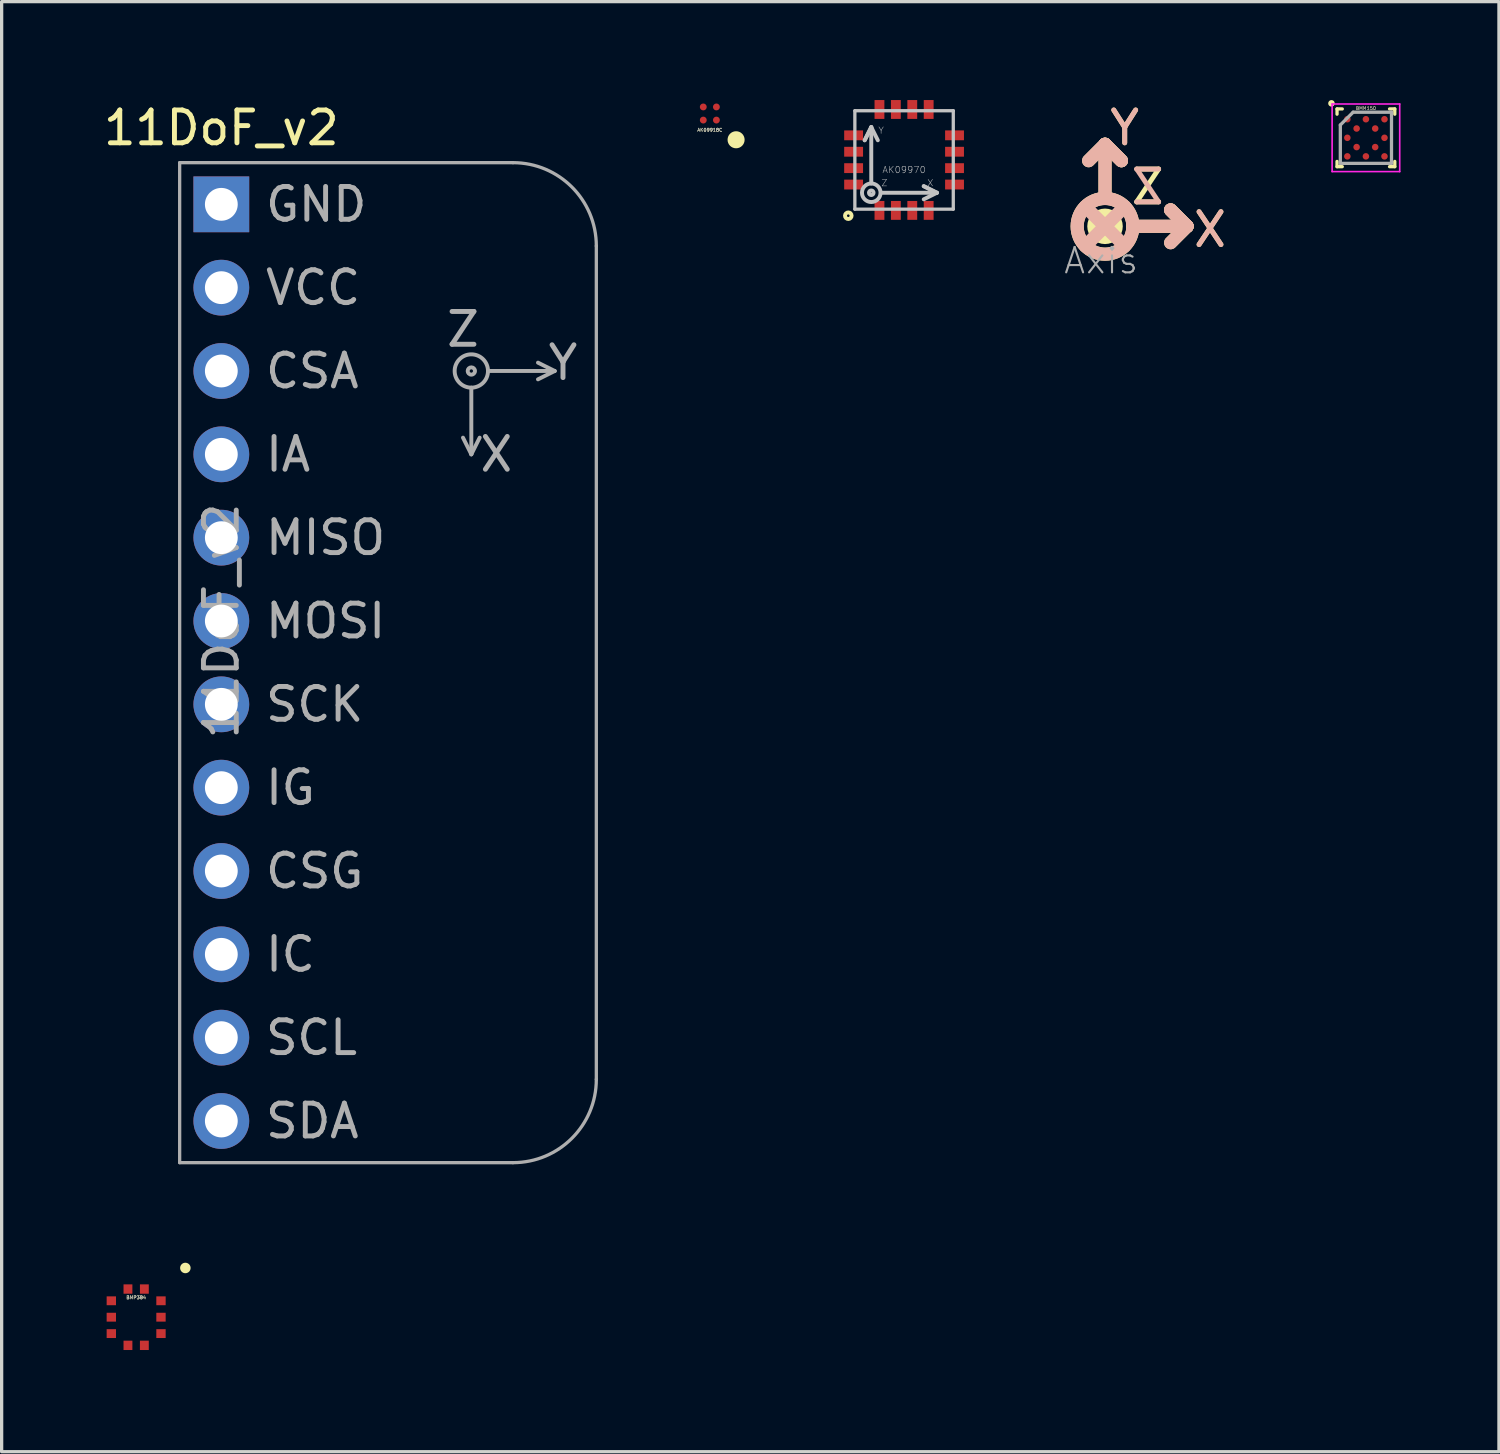
<source format=kicad_pcb>
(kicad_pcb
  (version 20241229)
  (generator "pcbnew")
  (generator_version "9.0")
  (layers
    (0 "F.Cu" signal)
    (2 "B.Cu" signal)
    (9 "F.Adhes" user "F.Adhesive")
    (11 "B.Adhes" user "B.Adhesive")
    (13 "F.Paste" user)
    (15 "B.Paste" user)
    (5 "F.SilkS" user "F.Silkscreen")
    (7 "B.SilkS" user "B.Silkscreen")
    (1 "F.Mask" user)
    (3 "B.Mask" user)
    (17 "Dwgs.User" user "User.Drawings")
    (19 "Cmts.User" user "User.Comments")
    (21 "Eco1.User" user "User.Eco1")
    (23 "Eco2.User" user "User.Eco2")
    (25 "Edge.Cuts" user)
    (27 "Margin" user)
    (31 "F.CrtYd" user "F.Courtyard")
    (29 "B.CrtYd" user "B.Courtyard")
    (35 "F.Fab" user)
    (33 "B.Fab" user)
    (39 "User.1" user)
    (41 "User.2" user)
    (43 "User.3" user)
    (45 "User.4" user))
  (footprint "BMP384"
    (layer "F.Cu")
    (at 1.1 37.098)
    (property "Reference" "BMP384" (at 0 -0.6 0) (unlocked yes) (layer "F.SilkS") (effects (font (size 0.1 0.1) (thickness 0.015))))
    (attr smd)
    (fp_circle (center 1.5 -1.5) (end 1.6 -1.5) (stroke (width 0.12) (type solid)) (fill yes) (layer "F.SilkS"))
    (fp_rect (start -1 -1) (end 1 1) (stroke (width 0.2) (type solid)) (fill no) (layer "User.1"))
    (fp_text user "${REFERENCE}" (at 0 -0.6 0) (unlocked yes) (layer "F.Fab") (effects (font (size 0.1 0.1) (thickness 0.015))))
    (pad "1" smd rect (at 0.25 -0.858) (size 0.27 0.285) (layers "F.Cu" "F.Mask" "F.Paste"))
    (pad "2" smd rect (at -0.25 -0.858) (size 0.27 0.285) (layers "F.Cu" "F.Mask" "F.Paste"))
    (pad "3" smd rect (at -0.757 -0.5) (size 0.285 0.27) (layers "F.Cu" "F.Mask" "F.Paste"))
    (pad "4" smd rect (at -0.757 0) (size 0.285 0.27) (layers "F.Cu" "F.Mask" "F.Paste"))
    (pad "5" smd rect (at -0.757 0.5) (size 0.285 0.27) (layers "F.Cu" "F.Mask" "F.Paste"))
    (pad "6" smd rect (at -0.25 0.858) (size 0.27 0.285) (layers "F.Cu" "F.Mask" "F.Paste"))
    (pad "7" smd rect (at 0.25 0.858) (size 0.27 0.285) (layers "F.Cu" "F.Mask" "F.Paste"))
    (pad "8" smd rect (at 0.757 0.5) (size 0.285 0.27) (layers "F.Cu" "F.Mask" "F.Paste"))
    (pad "9" smd rect (at 0.757 0) (size 0.285 0.27) (layers "F.Cu" "F.Mask" "F.Paste"))
    (pad "10" smd rect (at 0.757 -0.5) (size 0.285 0.27) (layers "F.Cu" "F.Mask" "F.Paste")))
  (footprint "11DoF_v2"
    (layer "F.Cu")
    (at 3.696 3.178)
    (property "Reference" "11DoF_v2" (at 0 -2.33 0) (layer "F.SilkS") (effects (font (size 1 1) (thickness 0.15))))
    (attr through_hole)
    (fp_line (start -1.27 -1.27) (end 8.89 -1.27) (stroke (width 0.1) (type solid)) (layer "F.Fab"))
    (fp_line (start -1.27 29.21) (end -1.27 -1.27) (stroke (width 0.1) (type solid)) (layer "F.Fab"))
    (fp_line (start 7.62 5.588) (end 7.62 7.62) (stroke (width 0.12) (type solid)) (layer "F.Fab"))
    (fp_line (start 7.62 7.62) (end 7.366 7.112) (stroke (width 0.12) (type solid)) (layer "F.Fab"))
    (fp_line (start 7.62 7.62) (end 7.874 7.112) (stroke (width 0.12) (type solid)) (layer "F.Fab"))
    (fp_line (start 8.89 29.21) (end -1.27 29.21) (stroke (width 0.1) (type solid)) (layer "F.Fab"))
    (fp_line (start 9.652 4.826) (end 10.16 5.08) (stroke (width 0.12) (type solid)) (layer "F.Fab"))
    (fp_line (start 10.16 5.08) (end 8.128 5.08) (stroke (width 0.12) (type solid)) (layer "F.Fab"))
    (fp_line (start 10.16 5.08) (end 9.652 5.334) (stroke (width 0.12) (type solid)) (layer "F.Fab"))
    (fp_line (start 11.43 1.27) (end 11.43 26.67) (stroke (width 0.1) (type solid)) (layer "F.Fab"))
    (fp_arc (start 8.89 -1.27) (mid 10.686051 -0.526051) (end 11.43 1.27) (stroke (width 0.1) (type solid)) (layer "F.Fab"))
    (fp_arc (start 11.43 26.67) (mid 10.686051 28.466051) (end 8.89 29.21) (stroke (width 0.1) (type solid)) (layer "F.Fab"))
    (fp_circle (center 7.62 5.08) (end 7.62 5.131) (stroke (width 0.12) (type solid)) (fill no) (layer "F.Fab"))
    (fp_circle (center 7.62 5.08) (end 7.62 5.588) (stroke (width 0.12) (type solid)) (fill no) (layer "F.Fab"))
    (fp_text user "VCC" (at 1.27 2.54 0) (layer "F.Fab") (effects (font (size 1 1) (thickness 0.15)) (justify left)))
    (fp_text user "IA" (at 1.27 7.62 0) (layer "F.Fab") (effects (font (size 1 1) (thickness 0.15)) (justify left)))
    (fp_text user "MOSI" (at 1.27 12.7 0) (layer "F.Fab") (effects (font (size 1 1) (thickness 0.15)) (justify left)))
    (fp_text user "IG" (at 1.27 17.78 0) (layer "F.Fab") (effects (font (size 1 1) (thickness 0.15)) (justify left)))
    (fp_text user "Y" (at 10.414 4.826 0) (layer "F.Fab") (effects (font (size 1 1) (thickness 0.15))))
    (fp_text user "CSG" (at 1.27 20.32 0) (layer "F.Fab") (effects (font (size 1 1) (thickness 0.15)) (justify left)))
    (fp_text user "SCL" (at 1.27 25.4 0) (layer "F.Fab") (effects (font (size 1 1) (thickness 0.15)) (justify left)))
    (fp_text user "CSA" (at 1.27 5.08 0) (layer "F.Fab") (effects (font (size 1 1) (thickness 0.15)) (justify left)))
    (fp_text user "SDA" (at 1.27 27.94 0) (layer "F.Fab") (effects (font (size 1 1) (thickness 0.15)) (justify left)))
    (fp_text user "${REFERENCE}" (at 0 12.7 90) (layer "F.Fab") (effects (font (size 1 1) (thickness 0.15))))
    (fp_text user "IC" (at 1.27 22.86 0) (layer "F.Fab") (effects (font (size 1 1) (thickness 0.15)) (justify left)))
    (fp_text user "GND" (at 1.27 0 0) (layer "F.Fab") (effects (font (size 1 1) (thickness 0.15)) (justify left)))
    (fp_text user "MISO" (at 1.27 10.16 0) (layer "F.Fab") (effects (font (size 1 1) (thickness 0.15)) (justify left)))
    (fp_text user "Z" (at 7.366 3.81 0) (layer "F.Fab") (effects (font (size 1 1) (thickness 0.15))))
    (fp_text user "SCK" (at 1.27 15.24 0) (layer "F.Fab") (effects (font (size 1 1) (thickness 0.15)) (justify left)))
    (fp_text user "X" (at 8.382 7.62 0) (layer "F.Fab") (effects (font (size 1 1) (thickness 0.15))))
    (pad "1" thru_hole rect (at 0 0) (size 1.7 1.7) (drill 1) (layers "*.Cu" "*.Mask"))
    (pad "2" thru_hole oval (at 0 2.54) (size 1.7 1.7) (drill 1) (layers "*.Cu" "*.Mask"))
    (pad "3" thru_hole oval (at 0 5.08) (size 1.7 1.7) (drill 1) (layers "*.Cu" "*.Mask"))
    (pad "4" thru_hole oval (at 0 7.62) (size 1.7 1.7) (drill 1) (layers "*.Cu" "*.Mask"))
    (pad "5" thru_hole oval (at 0 10.16) (size 1.7 1.7) (drill 1) (layers "*.Cu" "*.Mask"))
    (pad "6" thru_hole oval (at 0 12.7) (size 1.7 1.7) (drill 1) (layers "*.Cu" "*.Mask"))
    (pad "7" thru_hole oval (at 0 15.24) (size 1.7 1.7) (drill 1) (layers "*.Cu" "*.Mask"))
    (pad "8" thru_hole oval (at 0 17.78) (size 1.7 1.7) (drill 1) (layers "*.Cu" "*.Mask"))
    (pad "9" thru_hole oval (at 0 20.32) (size 1.7 1.7) (drill 1) (layers "*.Cu" "*.Mask"))
    (pad "10" thru_hole oval (at 0 22.86) (size 1.7 1.7) (drill 1) (layers "*.Cu" "*.Mask"))
    (pad "11" thru_hole oval (at 0 25.4) (size 1.7 1.7) (drill 1) (layers "*.Cu" "*.Mask"))
    (pad "12" thru_hole oval (at 0 27.94) (size 1.7 1.7) (drill 1) (layers "*.Cu" "*.Mask")))
  (footprint "Axis"
    (layer "F.Cu")
    (at 30.631 3.848)
    (property "Reference" "Axis" (at -1.3 1.5 0) (layer "F.Fab") (effects (font (size 0.772 0.772) (thickness 0.065)) (justify left bottom)))
    (attr through_hole)
    (fp_line (start -0.5 -2) (end 0 -2.5) (stroke (width 0.4) (type solid)) (layer "F.SilkS"))
    (fp_line (start 0 -2.5) (end 0 -1) (stroke (width 0.4) (type solid)) (layer "F.SilkS"))
    (fp_line (start 0 -2.5) (end 0.5 -2) (stroke (width 0.4) (type solid)) (layer "F.SilkS"))
    (fp_line (start 0.5 -2) (end 0 -2.5) (stroke (width 0.4) (type solid)) (layer "F.SilkS"))
    (fp_line (start 0.849 0) (end 2.5 0) (stroke (width 0.4) (type solid)) (layer "F.SilkS"))
    (fp_line (start 2 -0.5) (end 2.5 0) (stroke (width 0.4) (type solid)) (layer "F.SilkS"))
    (fp_line (start 2.5 0) (end 2 -0.5) (stroke (width 0.4) (type solid)) (layer "F.SilkS"))
    (fp_line (start 2.5 0) (end 2 0.5) (stroke (width 0.4) (type solid)) (layer "F.SilkS"))
    (fp_circle (center 0 0) (end 0.141 0) (stroke (width 0.4) (type solid)) (fill no) (layer "F.SilkS"))
    (fp_circle (center 0 0) (end 0.849 0) (stroke (width 0.4) (type solid)) (fill no) (layer "F.SilkS"))
    (fp_line (start -0.6 -0.6) (end 0.6 0.6) (stroke (width 0.4) (type solid)) (layer "B.SilkS"))
    (fp_line (start -0.5 -2) (end 0 -2.5) (stroke (width 0.4) (type solid)) (layer "B.SilkS"))
    (fp_line (start 0 -2.5) (end 0 -1) (stroke (width 0.4) (type solid)) (layer "B.SilkS"))
    (fp_line (start 0 -2.5) (end 0.5 -2) (stroke (width 0.4) (type solid)) (layer "B.SilkS"))
    (fp_line (start 0.5 -2) (end 0 -2.5) (stroke (width 0.4) (type solid)) (layer "B.SilkS"))
    (fp_line (start 0.6 -0.6) (end -0.6 0.6) (stroke (width 0.4) (type solid)) (layer "B.SilkS"))
    (fp_line (start 1 0) (end 2.5 0) (stroke (width 0.4) (type solid)) (layer "B.SilkS"))
    (fp_line (start 2 -0.5) (end 2.5 0) (stroke (width 0.4) (type solid)) (layer "B.SilkS"))
    (fp_line (start 2.5 0) (end 2 -0.5) (stroke (width 0.4) (type solid)) (layer "B.SilkS"))
    (fp_line (start 2.5 0) (end 2 0.5) (stroke (width 0.4) (type solid)) (layer "B.SilkS"))
    (fp_circle (center 0 0) (end 0.849 0) (stroke (width 0.4) (type solid)) (fill no) (layer "B.SilkS"))
    (fp_text user "Y" (at 0.6 -3 0) (layer "F.SilkS") (effects (font (size 1 1) (thickness 0.15))))
    (fp_text user "X" (at 3.2 0.1 0) (layer "F.SilkS") (effects (font (size 1 1) (thickness 0.15))))
    (fp_text user "Z" (at 1.3 -1.2 0) (layer "F.SilkS") (effects (font (size 1 1) (thickness 0.15))))
    (fp_text user "X" (at 3.2 0.1 0) (layer "B.SilkS") (effects (font (size 1 1) (thickness 0.15)) (justify mirror)))
    (fp_text user "Y" (at 0.6 -3 0) (layer "B.SilkS") (effects (font (size 1 1) (thickness 0.15)) (justify mirror)))
    (fp_text user "Z" (at 1.3 -1.2 0) (layer "B.SilkS") (effects (font (size 1 1) (thickness 0.15)) (justify mirror))))
  (footprint "BMM150"
    (layer "F.Cu")
    (at 38.583 1.15)
    (property "Reference" "BMM150" (at 0 -0.9 0) (layer "F.SilkS") (effects (font (size 0.1 0.1) (thickness 0.01))))
    (attr smd)
    (fp_line (start -0.88 -0.88) (end -0.88 -0.72) (stroke (width 0.1) (type solid)) (layer "F.SilkS"))
    (fp_line (start -0.88 -0.88) (end -0.72 -0.88) (stroke (width 0.1) (type solid)) (layer "F.SilkS"))
    (fp_line (start -0.88 0.88) (end -0.88 0.72) (stroke (width 0.1) (type solid)) (layer "F.SilkS"))
    (fp_line (start -0.88 0.88) (end -0.72 0.88) (stroke (width 0.1) (type solid)) (layer "F.SilkS"))
    (fp_line (start 0.88 -0.88) (end 0.72 -0.88) (stroke (width 0.1) (type solid)) (layer "F.SilkS"))
    (fp_line (start 0.88 -0.88) (end 0.88 -0.72) (stroke (width 0.1) (type solid)) (layer "F.SilkS"))
    (fp_line (start 0.88 0.88) (end 0.72 0.88) (stroke (width 0.1) (type solid)) (layer "F.SilkS"))
    (fp_line (start 0.88 0.88) (end 0.88 0.72) (stroke (width 0.1) (type solid)) (layer "F.SilkS"))
    (fp_circle (center -1.05 -1.05) (end -1 -1.05) (stroke (width 0.1) (type solid)) (fill no) (layer "F.SilkS"))
    (fp_line (start -1.03 -1.03) (end -1.03 1.03) (stroke (width 0.05) (type solid)) (layer "F.CrtYd"))
    (fp_line (start -1.03 -1.03) (end 1.03 -1.03) (stroke (width 0.05) (type solid)) (layer "F.CrtYd"))
    (fp_line (start -1.03 1.03) (end 1.03 1.03) (stroke (width 0.05) (type solid)) (layer "F.CrtYd"))
    (fp_line (start 1.03 -1.03) (end 1.03 1.03) (stroke (width 0.05) (type solid)) (layer "F.CrtYd"))
    (fp_line (start -0.78 -0.39) (end -0.39 -0.78) (stroke (width 0.1) (type solid)) (layer "F.Fab"))
    (fp_line (start -0.78 0.78) (end -0.78 -0.39) (stroke (width 0.1) (type solid)) (layer "F.Fab"))
    (fp_line (start -0.39 -0.78) (end 0.78 -0.78) (stroke (width 0.1) (type solid)) (layer "F.Fab"))
    (fp_line (start 0.78 0.78) (end -0.78 0.78) (stroke (width 0.1) (type solid)) (layer "F.Fab"))
    (fp_line (start 0.78 0.78) (end 0.78 -0.78) (stroke (width 0.1) (type solid)) (layer "F.Fab"))
    (fp_text user "${REFERENCE}" (at 0 -0.9 0) (layer "F.Fab") (effects (font (size 0.1 0.1) (thickness 0.01))))
    (pad "A1" smd circle (at -0.566 -0.566) (size 0.2 0.2) (layers "F.Cu" "F.Mask" "F.Paste"))
    (pad "A3" smd circle (at 0 -0.566) (size 0.2 0.2) (layers "F.Cu" "F.Mask" "F.Paste"))
    (pad "A5" smd circle (at 0.566 -0.566) (size 0.2 0.2) (layers "F.Cu" "F.Mask" "F.Paste"))
    (pad "B2" smd circle (at -0.283 -0.283) (size 0.2 0.2) (layers "F.Cu" "F.Mask" "F.Paste"))
    (pad "B4" smd circle (at 0.283 -0.283) (size 0.2 0.2) (layers "F.Cu" "F.Mask" "F.Paste"))
    (pad "C1" smd circle (at -0.566 0) (size 0.2 0.2) (layers "F.Cu" "F.Mask" "F.Paste"))
    (pad "C5" smd circle (at 0.566 0) (size 0.2 0.2) (layers "F.Cu" "F.Mask" "F.Paste"))
    (pad "D2" smd circle (at -0.283 0.283) (size 0.2 0.2) (layers "F.Cu" "F.Mask" "F.Paste"))
    (pad "D4" smd circle (at 0.283 0.283) (size 0.2 0.2) (layers "F.Cu" "F.Mask" "F.Paste"))
    (pad "E1" smd circle (at -0.566 0.566) (size 0.2 0.2) (layers "F.Cu" "F.Mask" "F.Paste"))
    (pad "E3" smd circle (at 0 0.566) (size 0.2 0.2) (layers "F.Cu" "F.Mask" "F.Paste"))
    (pad "E5" smd circle (at 0.566 0.566) (size 0.2 0.2) (layers "F.Cu" "F.Mask" "F.Paste")))
  (footprint "AK09918C"
    (layer "F.Cu")
    (at 18.586 0.41)
    (property "Reference" "AK09918C" (at 0 0.5 0) (unlocked yes) (layer "F.SilkS") (effects (font (size 0.1 0.1) (thickness 0.015))))
    (attr smd)
    (fp_circle (center 0.8 0.8) (end 1 0.8) (stroke (width 0.12) (type solid)) (fill yes) (layer "F.SilkS"))
    (fp_rect (start -0.38 -0.38) (end 0.38 0.38) (stroke (width 0.06) (type solid)) (fill no) (layer "User.1"))
    (fp_text user "${REFERENCE}" (at 0 0.5 0) (unlocked yes) (layer "F.Fab") (effects (font (size 0.1 0.1) (thickness 0.015))))
    (pad "A1" smd circle (at 0.2 0.2) (size 0.21 0.21) (layers "F.Cu" "F.Mask" "F.Paste"))
    (pad "A2" smd circle (at -0.2 0.2) (size 0.21 0.21) (layers "F.Cu" "F.Mask" "F.Paste"))
    (pad "B1" smd circle (at 0.2 -0.2) (size 0.21 0.21) (layers "F.Cu" "F.Mask" "F.Paste"))
    (pad "B2" smd circle (at -0.2 -0.2) (size 0.21 0.21) (layers "F.Cu" "F.Mask" "F.Paste")))
  (footprint "AK09970"
    (layer "F.Cu")
    (at 24.506 1.825)
    (property "Reference" "AK09970" (at 0 0.3 0) (layer "Dwgs.User") (effects (font (size 0.2 0.2) (thickness 0.015))))
    (attr smd)
    (fp_circle (center -1.7 1.7) (end -1.6 1.7) (stroke (width 0.12) (type solid)) (fill no) (layer "F.SilkS"))
    (fp_line (start -1.5 -1.5) (end -1.5 1.5) (stroke (width 0.1) (type solid)) (layer "Dwgs.User"))
    (fp_line (start -1.5 1.5) (end 1.5 1.5) (stroke (width 0.1) (type solid)) (layer "Dwgs.User"))
    (fp_line (start -1.2 -0.6) (end -1 -1) (stroke (width 0.12) (type solid)) (layer "Dwgs.User"))
    (fp_line (start -1 -1) (end -1.2 -0.6) (stroke (width 0.12) (type solid)) (layer "Dwgs.User"))
    (fp_line (start -1 -1) (end -0.8 -0.6) (stroke (width 0.12) (type solid)) (layer "Dwgs.User"))
    (fp_line (start -1 0.717) (end -1 -1) (stroke (width 0.12) (type solid)) (layer "Dwgs.User"))
    (fp_line (start -0.7 1) (end 1 1) (stroke (width 0.12) (type solid)) (layer "Dwgs.User"))
    (fp_line (start 0.6 0.8) (end 1 1) (stroke (width 0.12) (type solid)) (layer "Dwgs.User"))
    (fp_line (start 1 1) (end 0.6 0.8) (stroke (width 0.12) (type solid)) (layer "Dwgs.User"))
    (fp_line (start 1 1) (end 0.6 1.2) (stroke (width 0.12) (type solid)) (layer "Dwgs.User"))
    (fp_line (start 1.5 -1.5) (end -1.5 -1.5) (stroke (width 0.1) (type solid)) (layer "Dwgs.User"))
    (fp_line (start 1.5 1.5) (end 1.5 -1.5) (stroke (width 0.1) (type solid)) (layer "Dwgs.User"))
    (fp_circle (center -1 1) (end -0.99 1) (stroke (width 0.12) (type solid)) (fill no) (layer "Dwgs.User"))
    (fp_circle (center -1 1) (end -0.8 1.2) (stroke (width 0.12) (type solid)) (fill no) (layer "Dwgs.User"))
    (fp_text user "X" (at 0.8 0.7 0) (layer "Dwgs.User") (effects (font (size 0.2 0.2) (thickness 0.015))))
    (fp_text user "Z" (at -0.6 0.7 0) (layer "Dwgs.User") (effects (font (size 0.2 0.2) (thickness 0.015))))
    (fp_text user "Y" (at -0.7 -0.9 0) (layer "Dwgs.User") (effects (font (size 0.2 0.2) (thickness 0.015))))
    (pad "1" smd rect (at -0.75 1.538) (size 0.3 0.575) (layers "F.Cu" "F.Mask" "F.Paste"))
    (pad "2" smd rect (at -0.25 1.538) (size 0.3 0.575) (layers "F.Cu" "F.Mask" "F.Paste"))
    (pad "3" smd rect (at 0.25 1.538) (size 0.3 0.575) (layers "F.Cu" "F.Mask" "F.Paste"))
    (pad "4" smd rect (at 0.75 1.538) (size 0.3 0.575) (layers "F.Cu" "F.Mask" "F.Paste"))
    (pad "5" smd rect (at 1.538 0.75 90) (size 0.3 0.575) (layers "F.Cu" "F.Mask" "F.Paste"))
    (pad "6" smd rect (at 1.538 0.25 90) (size 0.3 0.575) (layers "F.Cu" "F.Mask" "F.Paste"))
    (pad "7" smd rect (at 1.538 -0.25 90) (size 0.3 0.575) (layers "F.Cu" "F.Mask" "F.Paste"))
    (pad "8" smd rect (at 1.538 -0.75 90) (size 0.3 0.575) (layers "F.Cu" "F.Mask" "F.Paste"))
    (pad "9" smd rect (at 0.75 -1.538 180) (size 0.3 0.575) (layers "F.Cu" "F.Mask" "F.Paste"))
    (pad "10" smd rect (at 0.25 -1.538 180) (size 0.3 0.575) (layers "F.Cu" "F.Mask" "F.Paste"))
    (pad "11" smd rect (at -0.25 -1.538 180) (size 0.3 0.575) (layers "F.Cu" "F.Mask" "F.Paste"))
    (pad "12" smd rect (at -0.75 -1.538 180) (size 0.3 0.575) (layers "F.Cu" "F.Mask" "F.Paste"))
    (pad "13" smd rect (at -1.538 -0.75 270) (size 0.3 0.575) (layers "F.Cu" "F.Mask" "F.Paste"))
    (pad "14" smd rect (at -1.538 -0.25 270) (size 0.3 0.575) (layers "F.Cu" "F.Mask" "F.Paste"))
    (pad "15" smd rect (at -1.538 0.25 270) (size 0.3 0.575) (layers "F.Cu" "F.Mask" "F.Paste"))
    (pad "16" smd rect (at -1.538 0.75 270) (size 0.3 0.575) (layers "F.Cu" "F.Mask" "F.Paste")))
  (gr_rect
    (start -3 -3)
    (end 42.638 41.198)
    (stroke (width 0.1) (type default))
    (fill no)
    (layer "Edge.Cuts")))
</source>
